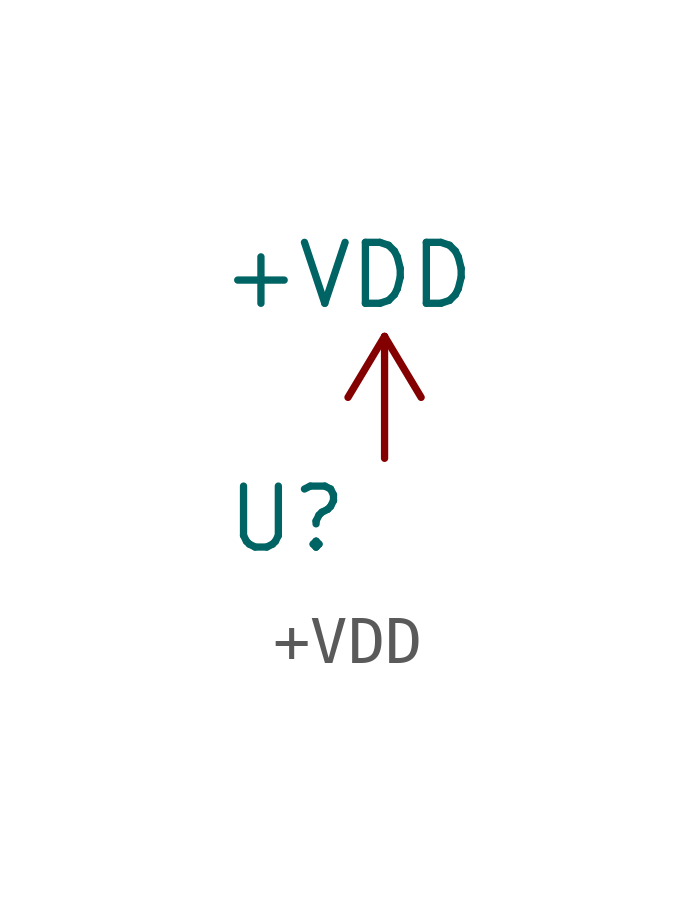
<source format=kicad_sym>
(kicad_symbol_lib
  (version 20211014)
  (generator kicad_symbol_editor)
  (symbol "+VDD"
    (property "Reference" "U"
      (at -1.27 -1.27 0)
      (effects (font (size 1.27 1.27))))
    (property "Value" "+VDD"
      (at 0 3.81 0)
      (effects (font (size 1.27 1.27))))
    (symbol "+VDD_0_1"
      (polyline (pts (xy 0 1.27) (xy 0.762 2.54)) (stroke (width 0) (type default) (color 0 0 0 0)) (fill (type none)))
      (polyline (pts (xy 0.762 0) (xy 0.762 2.54)) (stroke (width 0) (type default) (color 0 0 0 0)) (fill (type none)))
      (polyline (pts (xy 0.762 2.54) (xy 1.524 1.27)) (stroke (width 0) (type default) (color 0 0 0 0)) (fill (type none))))
    (symbol "+VDD_1_1"
      (pin power_in line (at 0.762 0 90) (length 0) hide (name "+12V" (effects (font (size 1.27 1.27)))) (number "1" (effects (font (size 1.27 1.27))))))))
</source>
